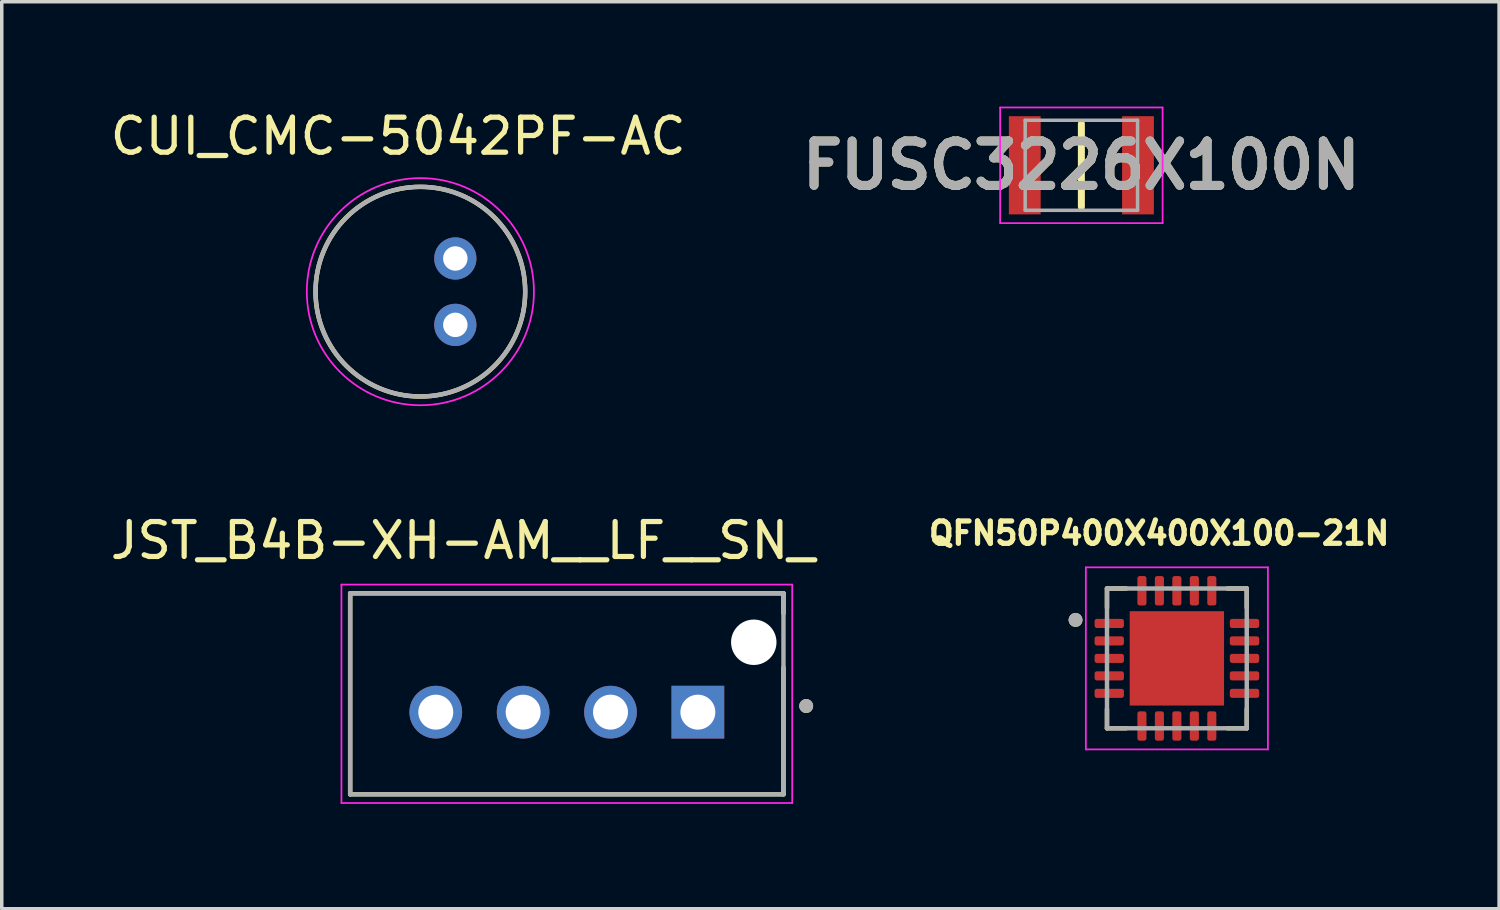
<source format=kicad_pcb>
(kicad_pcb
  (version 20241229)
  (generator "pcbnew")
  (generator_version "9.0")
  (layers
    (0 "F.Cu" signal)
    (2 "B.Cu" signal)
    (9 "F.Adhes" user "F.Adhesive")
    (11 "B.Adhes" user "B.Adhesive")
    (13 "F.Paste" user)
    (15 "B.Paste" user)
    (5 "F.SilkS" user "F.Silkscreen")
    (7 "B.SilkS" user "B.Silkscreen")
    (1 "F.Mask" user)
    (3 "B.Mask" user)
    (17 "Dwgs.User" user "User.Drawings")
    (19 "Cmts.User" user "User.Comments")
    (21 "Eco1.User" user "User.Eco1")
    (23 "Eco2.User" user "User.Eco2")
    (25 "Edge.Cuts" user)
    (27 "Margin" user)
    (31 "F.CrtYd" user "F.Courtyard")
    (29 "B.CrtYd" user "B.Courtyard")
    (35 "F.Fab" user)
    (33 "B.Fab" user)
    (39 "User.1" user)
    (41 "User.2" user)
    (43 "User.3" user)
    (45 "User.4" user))
  (footprint "FUSC3226X100N"
    (layer "F.Cu")
    (at 27.896 1.68)
    (property "Reference" "FUSC3226X100N" (at 0 0 0) (layer "F.SilkS") (effects (font (size 1.27 1.27) (thickness 0.254))))
    (attr smd)
    (fp_line (start 0 -1.188) (end 0 1.188) (stroke (width 0.2) (type solid)) (layer "F.SilkS"))
    (fp_line (start -2.325 -1.655) (end 2.325 -1.655) (stroke (width 0.05) (type solid)) (layer "F.CrtYd"))
    (fp_line (start -2.325 1.655) (end -2.325 -1.655) (stroke (width 0.05) (type solid)) (layer "F.CrtYd"))
    (fp_line (start 2.325 -1.655) (end 2.325 1.655) (stroke (width 0.05) (type solid)) (layer "F.CrtYd"))
    (fp_line (start 2.325 1.655) (end -2.325 1.655) (stroke (width 0.05) (type solid)) (layer "F.CrtYd"))
    (fp_line (start -1.608 -1.288) (end 1.608 -1.288) (stroke (width 0.1) (type solid)) (layer "F.Fab"))
    (fp_line (start -1.608 1.288) (end -1.608 -1.288) (stroke (width 0.1) (type solid)) (layer "F.Fab"))
    (fp_line (start 1.608 -1.288) (end 1.608 1.288) (stroke (width 0.1) (type solid)) (layer "F.Fab"))
    (fp_line (start 1.608 1.288) (end -1.608 1.288) (stroke (width 0.1) (type solid)) (layer "F.Fab"))
    (fp_text user "${REFERENCE}" (at 0 0 0) (layer "F.Fab") (effects (font (size 1.27 1.27) (thickness 0.254))))
    (pad "1" smd rect (at -1.62 0) (size 0.91 2.81) (layers "F.Cu" "F.Mask" "F.Paste"))
    (pad "2" smd rect (at 1.62 0) (size 0.91 2.81) (layers "F.Cu" "F.Mask" "F.Paste")))
  (footprint "QFN50P400X400X100-21N"
    (layer "F.Cu")
    (at 30.629 15.791)
    (property "Reference" "QFN50P400X400X100-21N" (at -0.508 -3.581 0) (layer "F.SilkS") (effects (font (size 0.64 0.64) (thickness 0.15))))
    (attr smd)
    (fp_line (start -2 -2) (end -2 -1.45) (stroke (width 0.127) (type solid)) (layer "F.SilkS"))
    (fp_line (start -2 -2) (end -1.45 -2) (stroke (width 0.127) (type solid)) (layer "F.SilkS"))
    (fp_line (start -2 2) (end -2 1.45) (stroke (width 0.127) (type solid)) (layer "F.SilkS"))
    (fp_line (start -2 2) (end -1.45 2) (stroke (width 0.127) (type solid)) (layer "F.SilkS"))
    (fp_line (start 1.45 -2) (end 2 -2) (stroke (width 0.127) (type solid)) (layer "F.SilkS"))
    (fp_line (start 2 -2) (end 2 -1.45) (stroke (width 0.127) (type solid)) (layer "F.SilkS"))
    (fp_line (start 2 1.45) (end 2 2) (stroke (width 0.127) (type solid)) (layer "F.SilkS"))
    (fp_line (start 2 2) (end 1.45 2) (stroke (width 0.127) (type solid)) (layer "F.SilkS"))
    (fp_circle (center -2.9 -1.1) (end -2.8 -1.1) (stroke (width 0.2) (type solid)) (fill no) (layer "F.SilkS"))
    (fp_poly (pts (xy -1.09 -1.09) (xy -0.13 -1.09) (xy -0.13 -0.13) (xy -1.09 -0.13)) (stroke (width 0.01) (type solid)) (fill yes) (layer "F.Paste"))
    (fp_poly (pts (xy -1.09 0.13) (xy -0.13 0.13) (xy -0.13 1.09) (xy -1.09 1.09)) (stroke (width 0.01) (type solid)) (fill yes) (layer "F.Paste"))
    (fp_poly (pts (xy 0.13 -1.09) (xy 1.09 -1.09) (xy 1.09 -0.13) (xy 0.13 -0.13)) (stroke (width 0.01) (type solid)) (fill yes) (layer "F.Paste"))
    (fp_poly (pts (xy 0.13 0.13) (xy 1.09 0.13) (xy 1.09 1.09) (xy 0.13 1.09)) (stroke (width 0.01) (type solid)) (fill yes) (layer "F.Paste"))
    (fp_line (start -2.605 -2.605) (end 2.605 -2.605) (stroke (width 0.05) (type solid)) (layer "F.CrtYd"))
    (fp_line (start -2.605 2.605) (end -2.605 -2.605) (stroke (width 0.05) (type solid)) (layer "F.CrtYd"))
    (fp_line (start 2.605 -2.605) (end 2.605 2.605) (stroke (width 0.05) (type solid)) (layer "F.CrtYd"))
    (fp_line (start 2.605 2.605) (end -2.605 2.605) (stroke (width 0.05) (type solid)) (layer "F.CrtYd"))
    (fp_line (start -2 -2) (end -2 2) (stroke (width 0.127) (type solid)) (layer "F.Fab"))
    (fp_line (start -2 2) (end 2 2) (stroke (width 0.127) (type solid)) (layer "F.Fab"))
    (fp_line (start 2 -2) (end -2 -2) (stroke (width 0.127) (type solid)) (layer "F.Fab"))
    (fp_line (start 2 2) (end 2 -2) (stroke (width 0.127) (type solid)) (layer "F.Fab"))
    (fp_circle (center -2.9 -1.1) (end -2.8 -1.1) (stroke (width 0.2) (type solid)) (fill no) (layer "F.Fab"))
    (pad "1" smd roundrect (at -1.935 -1) (size 0.84 0.26) (layers "F.Cu" "F.Mask" "F.Paste") (roundrect_rratio 0.25))
    (pad "2" smd roundrect (at -1.935 -0.5) (size 0.84 0.26) (layers "F.Cu" "F.Mask" "F.Paste") (roundrect_rratio 0.25))
    (pad "3" smd roundrect (at -1.935 0) (size 0.84 0.26) (layers "F.Cu" "F.Mask" "F.Paste") (roundrect_rratio 0.25))
    (pad "4" smd roundrect (at -1.935 0.5) (size 0.84 0.26) (layers "F.Cu" "F.Mask" "F.Paste") (roundrect_rratio 0.25))
    (pad "5" smd roundrect (at -1.935 1) (size 0.84 0.26) (layers "F.Cu" "F.Mask" "F.Paste") (roundrect_rratio 0.25))
    (pad "6" smd roundrect (at -1 1.935) (size 0.26 0.84) (layers "F.Cu" "F.Mask" "F.Paste") (roundrect_rratio 0.25))
    (pad "7" smd roundrect (at -0.5 1.935) (size 0.26 0.84) (layers "F.Cu" "F.Mask" "F.Paste") (roundrect_rratio 0.25))
    (pad "8" smd roundrect (at 0 1.935) (size 0.26 0.84) (layers "F.Cu" "F.Mask" "F.Paste") (roundrect_rratio 0.25))
    (pad "9" smd roundrect (at 0.5 1.935) (size 0.26 0.84) (layers "F.Cu" "F.Mask" "F.Paste") (roundrect_rratio 0.25))
    (pad "10" smd roundrect (at 1 1.935) (size 0.26 0.84) (layers "F.Cu" "F.Mask" "F.Paste") (roundrect_rratio 0.25))
    (pad "11" smd roundrect (at 1.935 1) (size 0.84 0.26) (layers "F.Cu" "F.Mask" "F.Paste") (roundrect_rratio 0.25))
    (pad "12" smd roundrect (at 1.935 0.5) (size 0.84 0.26) (layers "F.Cu" "F.Mask" "F.Paste") (roundrect_rratio 0.25))
    (pad "13" smd roundrect (at 1.935 0) (size 0.84 0.26) (layers "F.Cu" "F.Mask" "F.Paste") (roundrect_rratio 0.25))
    (pad "14" smd roundrect (at 1.935 -0.5) (size 0.84 0.26) (layers "F.Cu" "F.Mask" "F.Paste") (roundrect_rratio 0.25))
    (pad "15" smd roundrect (at 1.935 -1) (size 0.84 0.26) (layers "F.Cu" "F.Mask" "F.Paste") (roundrect_rratio 0.25))
    (pad "16" smd roundrect (at 1 -1.935) (size 0.26 0.84) (layers "F.Cu" "F.Mask" "F.Paste") (roundrect_rratio 0.25))
    (pad "17" smd roundrect (at 0.5 -1.935) (size 0.26 0.84) (layers "F.Cu" "F.Mask" "F.Paste") (roundrect_rratio 0.25))
    (pad "18" smd roundrect (at 0 -1.935) (size 0.26 0.84) (layers "F.Cu" "F.Mask" "F.Paste") (roundrect_rratio 0.25))
    (pad "19" smd roundrect (at -0.5 -1.935) (size 0.26 0.84) (layers "F.Cu" "F.Mask" "F.Paste") (roundrect_rratio 0.25))
    (pad "20" smd roundrect (at -1 -1.935) (size 0.26 0.84) (layers "F.Cu" "F.Mask" "F.Paste") (roundrect_rratio 0.25))
    (pad "21" smd rect (at 0 0) (size 2.7 2.7) (layers "F.Cu" "F.Mask")))
  (footprint "JST_B4B-XH-AM__LF__SN_"
    (layer "F.Cu")
    (at 13.171 16.805)
    (property "Reference" "JST_B4B-XH-AM__LF__SN_" (at -2.975 -4.385 0) (layer "F.SilkS") (effects (font (size 1 1) (thickness 0.15))))
    (attr through_hole)
    (fp_line (start -6.2 -2.875) (end 6.2 -2.875) (stroke (width 0.127) (type solid)) (layer "F.SilkS"))
    (fp_line (start -6.2 2.875) (end -6.2 -2.875) (stroke (width 0.127) (type solid)) (layer "F.SilkS"))
    (fp_line (start 6.2 -2.875) (end 6.2 -2.3) (stroke (width 0.127) (type solid)) (layer "F.SilkS"))
    (fp_line (start 6.2 -0.75) (end 6.2 2.875) (stroke (width 0.127) (type solid)) (layer "F.SilkS"))
    (fp_line (start 6.2 2.875) (end -6.2 2.875) (stroke (width 0.127) (type solid)) (layer "F.SilkS"))
    (fp_circle (center 6.85 0.35) (end 6.95 0.35) (stroke (width 0.2) (type solid)) (fill no) (layer "F.SilkS"))
    (fp_line (start -6.45 -3.125) (end 6.45 -3.125) (stroke (width 0.05) (type solid)) (layer "F.CrtYd"))
    (fp_line (start -6.45 3.125) (end -6.45 -3.125) (stroke (width 0.05) (type solid)) (layer "F.CrtYd"))
    (fp_line (start 6.45 -3.125) (end 6.45 3.125) (stroke (width 0.05) (type solid)) (layer "F.CrtYd"))
    (fp_line (start 6.45 3.125) (end -6.45 3.125) (stroke (width 0.05) (type solid)) (layer "F.CrtYd"))
    (fp_line (start -6.2 -2.875) (end 6.2 -2.875) (stroke (width 0.127) (type solid)) (layer "F.Fab"))
    (fp_line (start -6.2 2.875) (end -6.2 -2.875) (stroke (width 0.127) (type solid)) (layer "F.Fab"))
    (fp_line (start 6.2 -2.875) (end 6.2 2.875) (stroke (width 0.127) (type solid)) (layer "F.Fab"))
    (fp_line (start 6.2 2.875) (end -6.2 2.875) (stroke (width 0.127) (type solid)) (layer "F.Fab"))
    (fp_circle (center 6.85 0.35) (end 6.95 0.35) (stroke (width 0.2) (type solid)) (fill no) (layer "F.Fab"))
    (pad "" np_thru_hole circle (at 5.35 -1.475) (size 1.3 1.3) (drill 1.3) (layers "*.Cu" "*.Mask"))
    (pad "1" thru_hole rect (at 3.75 0.525) (size 1.508 1.508) (drill 1) (layers "*.Cu" "*.Mask"))
    (pad "2" thru_hole circle (at 1.25 0.525) (size 1.508 1.508) (drill 1) (layers "*.Cu" "*.Mask"))
    (pad "3" thru_hole circle (at -1.25 0.525) (size 1.508 1.508) (drill 1) (layers "*.Cu" "*.Mask"))
    (pad "4" thru_hole circle (at -3.75 0.525) (size 1.508 1.508) (drill 1) (layers "*.Cu" "*.Mask")))
  (footprint "CUI_CMC-5042PF-AC"
    (layer "F.Cu")
    (at 8.98 5.297)
    (property "Reference" "CUI_CMC-5042PF-AC" (at -0.635 -4.448 0) (layer "F.SilkS") (effects (font (size 1.001 1.001) (thickness 0.15))))
    (attr through_hole)
    (fp_circle (center 0 0) (end 3 0) (stroke (width 0.127) (type solid)) (fill no) (layer "F.SilkS"))
    (fp_circle (center 0 0) (end 3.25 0) (stroke (width 0.05) (type solid)) (fill no) (layer "F.CrtYd"))
    (fp_circle (center 0 0) (end 3 0) (stroke (width 0.127) (type solid)) (fill no) (layer "F.Fab"))
    (pad "GND" thru_hole circle (at 1 -0.95) (size 1.208 1.208) (drill 0.7) (layers "*.Cu" "*.Mask"))
    (pad "OUT" thru_hole circle (at 1 0.95) (size 1.208 1.208) (drill 0.7) (layers "*.Cu" "*.Mask")))
  (gr_rect
    (start -3 -3)
    (end 39.85 22.955)
    (stroke (width 0.1) (type default))
    (fill no)
    (layer "Edge.Cuts")))
</source>
